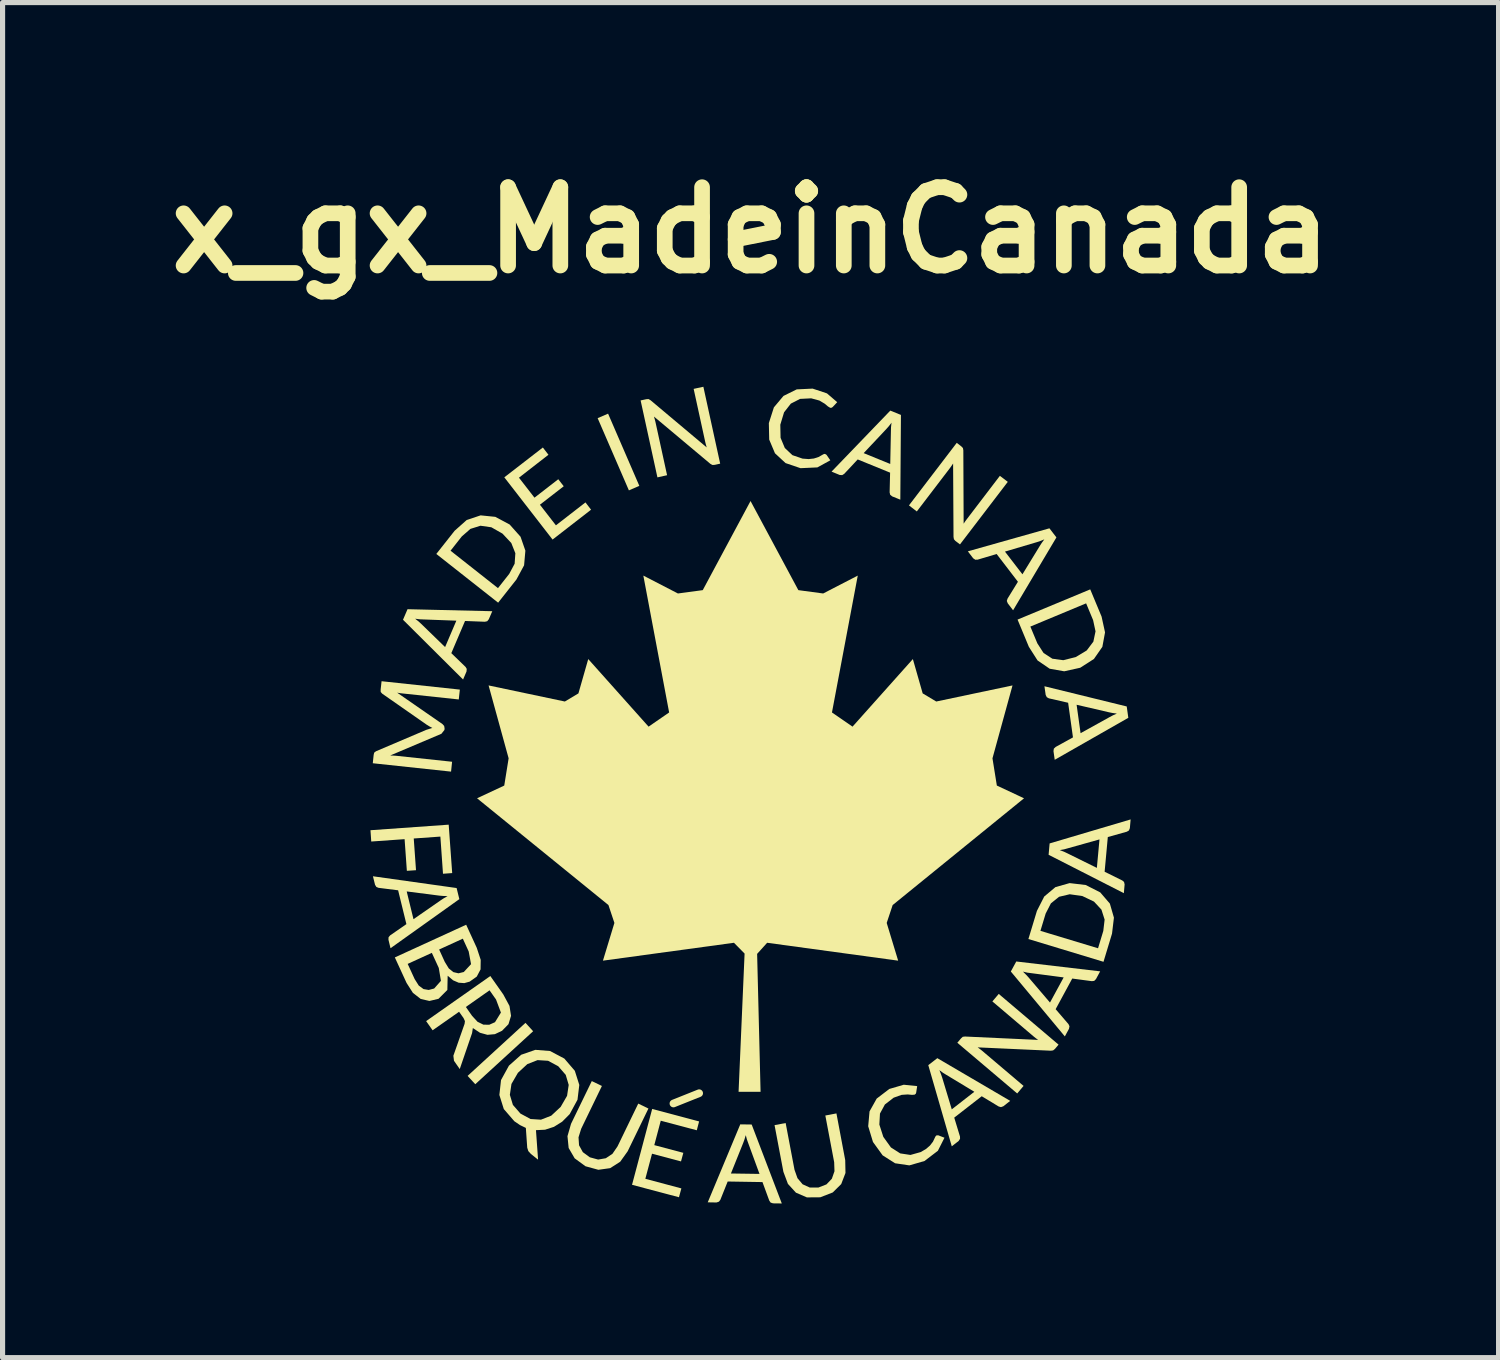
<source format=kicad_pcb>
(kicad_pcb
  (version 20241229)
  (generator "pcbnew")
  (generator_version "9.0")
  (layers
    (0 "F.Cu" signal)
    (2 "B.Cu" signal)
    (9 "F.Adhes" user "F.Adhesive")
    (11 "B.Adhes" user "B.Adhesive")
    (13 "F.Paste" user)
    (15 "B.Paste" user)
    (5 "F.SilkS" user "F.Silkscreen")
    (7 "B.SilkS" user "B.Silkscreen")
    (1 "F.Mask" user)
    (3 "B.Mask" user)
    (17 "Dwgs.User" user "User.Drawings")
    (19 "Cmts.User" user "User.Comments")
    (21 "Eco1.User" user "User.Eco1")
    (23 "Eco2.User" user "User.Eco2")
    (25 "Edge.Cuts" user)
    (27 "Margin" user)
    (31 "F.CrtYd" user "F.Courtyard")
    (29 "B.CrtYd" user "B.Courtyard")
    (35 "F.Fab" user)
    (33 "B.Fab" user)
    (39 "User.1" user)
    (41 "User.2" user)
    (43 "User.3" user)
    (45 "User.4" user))
  (footprint "x_gx_MadeinCanada"
    (layer "F.Cu")
    (at 11.553 12.42)
    (property "Reference" "x_gx_MadeinCanada" (at 0 -10.993 0) (layer "F.SilkS") (effects (font (size 1.524 1.524) (thickness 0.305))))
    (attr smd)
    (fp_line (start -1.5 6) (end -1 5.8) (stroke (width 0.15) (type solid)) (layer "F.SilkS"))
    (fp_poly (pts (xy -5.356 5.625) (xy -5.505 5.463) (xy -4.379 4.431) (xy -4.23 4.594) (xy -5.356 5.625)) (stroke (width 0) (type solid)) (fill yes) (layer "F.SilkS"))
    (fp_poly (pts (xy -2.164 -6.017) (xy -2.367 -5.929) (xy -2.975 -7.334) (xy -2.772 -7.422) (xy -2.164 -6.017)) (stroke (width 0) (type solid)) (fill yes) (layer "F.SilkS"))
    (fp_poly (pts (xy -5.805 1.517) (xy -5.984 1.53) (xy -6.035 0.807) (xy -6.553 0.844) (xy -6.509 1.461) (xy -6.687 1.473) (xy -6.731 0.857) (xy -7.38 0.903) (xy -7.395 0.683) (xy -5.873 0.575) (xy -5.805 1.517)) (stroke (width 0) (type solid)) (fill yes) (layer "F.SilkS"))
    (fp_poly (pts (xy -4.041 -6.763) (xy -3.932 -6.622) (xy -4.506 -6.176) (xy -4.204 -5.787) (xy -3.741 -6.146) (xy -3.635 -6.009) (xy -4.098 -5.65) (xy -3.787 -5.249) (xy -3.212 -5.695) (xy -3.103 -5.553) (xy -3.852 -4.972) (xy -4.791 -6.183) (xy -4.041 -6.763)) (stroke (width 0) (type solid)) (fill yes) (layer "F.SilkS"))
    (fp_poly (pts (xy -2.306 7.582) (xy -1.747 6.335) (xy -1.873 6.81) (xy -1.308 6.96) (xy -1.353 7.127) (xy -1.917 6.977) (xy -2.047 7.465) (xy -1.346 7.652) (xy -1.393 7.824) (xy -2.306 7.582) (xy -1.914 6.106) (xy -1.001 6.349) (xy -1.046 6.521) (xy -1.747 6.335) (xy -2.306 7.582)) (stroke (width 0) (type solid)) (fill yes) (layer "F.SilkS"))
    (fp_poly (pts (xy 4.102 -6.784) (xy 4.132 -6.753) (xy 4.14 -6.708) (xy 4.146 -5.281) (xy 4.178 -5.329) (xy 4.21 -5.372) (xy 4.851 -6.212) (xy 5.005 -6.095) (xy 4.075 -4.878) (xy 3.986 -4.945) (xy 3.957 -4.978) (xy 3.949 -5.024) (xy 3.941 -6.452) (xy 3.91 -6.406) (xy 3.881 -6.365) (xy 3.235 -5.519) (xy 3.082 -5.637) (xy 4.012 -6.854) (xy 4.102 -6.784)) (stroke (width 0) (type solid)) (fill yes) (layer "F.SilkS"))
    (fp_poly (pts (xy -2.028 -7.703) (xy -1.985 -7.706) (xy -1.946 -7.683) (xy -0.853 -6.765) (xy -0.869 -6.82) (xy -0.882 -6.872) (xy -1.107 -7.904) (xy -0.918 -7.945) (xy -0.591 -6.449) (xy -0.7 -6.425) (xy -0.744 -6.424) (xy -0.784 -6.447) (xy -1.879 -7.365) (xy -1.864 -7.312) (xy -1.851 -7.263) (xy -1.624 -6.224) (xy -1.812 -6.182) (xy -2.139 -7.679) (xy -2.028 -7.703) (xy -2.028 -7.703)) (stroke (width 0) (type solid)) (fill yes) (layer "F.SilkS"))
    (fp_poly (pts (xy 4.097 4.731) (xy 4.129 4.702) (xy 4.174 4.697) (xy 5.596 4.763) (xy 5.549 4.729) (xy 5.508 4.696) (xy 4.705 4.014) (xy 4.829 3.868) (xy 5.993 4.855) (xy 5.922 4.939) (xy 5.887 4.967) (xy 5.842 4.973) (xy 4.419 4.908) (xy 4.464 4.941) (xy 4.503 4.972) (xy 5.312 5.658) (xy 5.188 5.805) (xy 4.023 4.818) (xy 4.097 4.731) (xy 4.097 4.731)) (stroke (width 0) (type solid)) (fill yes) (layer "F.SilkS"))
    (fp_poly (pts (xy 5.918 -0.687) (xy 6.421 -1.205) (xy 6.986 -1.518) (xy 7.048 -1.551) (xy 7.127 -1.586) (xy 7.042 -1.598) (xy 6.972 -1.612) (xy 6.344 -1.758) (xy 6.421 -1.205) (xy 5.918 -0.687) (xy 5.894 -0.856) (xy 5.901 -0.904) (xy 5.936 -0.937) (xy 6.273 -1.123) (xy 6.179 -1.797) (xy 5.804 -1.883) (xy 5.764 -1.905) (xy 5.742 -1.949) (xy 5.718 -2.118) (xy 7.319 -1.725) (xy 7.35 -1.504) (xy 5.918 -0.687)) (stroke (width 0) (type solid)) (fill yes) (layer "F.SilkS"))
    (fp_poly (pts (xy 6.802 3.429) (xy 6.092 3.547) (xy 5.453 3.463) (xy 5.384 3.454) (xy 5.3 3.434) (xy 5.361 3.495) (xy 5.409 3.547) (xy 5.826 4.036) (xy 6.092 3.547) (xy 6.802 3.429) (xy 6.721 3.579) (xy 6.687 3.614) (xy 6.64 3.62) (xy 6.259 3.569) (xy 5.936 4.165) (xy 6.186 4.456) (xy 6.205 4.497) (xy 6.196 4.546) (xy 6.115 4.695) (xy 5.064 3.432) (xy 5.17 3.237) (xy 6.802 3.429)) (stroke (width 0) (type solid)) (fill yes) (layer "F.SilkS"))
    (fp_poly (pts (xy 7.395 0.473) (xy 6.789 0.862) (xy 6.169 1.036) (xy 6.101 1.055) (xy 6.016 1.07) (xy 6.097 1.101) (xy 6.161 1.131) (xy 6.738 1.416) (xy 6.789 0.862) (xy 7.395 0.473) (xy 7.38 0.643) (xy 7.362 0.688) (xy 7.321 0.712) (xy 6.951 0.816) (xy 6.889 1.491) (xy 7.233 1.661) (xy 7.267 1.69) (xy 7.278 1.738) (xy 7.263 1.908) (xy 5.799 1.161) (xy 5.819 0.94) (xy 7.395 0.473)) (stroke (width 0) (type solid)) (fill yes) (layer "F.SilkS"))
    (fp_poly (pts (xy -7.005 2.979) (xy -6.558 2.414) (xy -6.029 2.047) (xy -5.97 2.008) (xy -5.895 1.965) (xy -5.982 1.962) (xy -6.052 1.956) (xy -6.69 1.874) (xy -6.558 2.414) (xy -7.005 2.979) (xy -7.045 2.814) (xy -7.043 2.765) (xy -7.012 2.729) (xy -6.696 2.51) (xy -6.857 1.852) (xy -7.238 1.804) (xy -7.28 1.787) (xy -7.306 1.745) (xy -7.347 1.579) (xy -5.719 1.808) (xy -5.666 2.024) (xy -7.005 2.979) (xy -7.005 2.979)) (stroke (width 0) (type solid)) (fill yes) (layer "F.SilkS"))
    (fp_poly (pts (xy -3.127 7.047) (xy -2.965 7.091) (xy -2.816 7.065) (xy -2.687 6.979) (xy -2.588 6.834) (xy -2.185 6.002) (xy -1.987 6.098) (xy -2.391 6.93) (xy -2.536 7.133) (xy -2.731 7.258) (xy -2.961 7.29) (xy -3.212 7.221) (xy -3.422 7.067) (xy -3.539 6.866) (xy -3.562 6.636) (xy -3.493 6.396) (xy -3.089 5.564) (xy -2.892 5.659) (xy -3.295 6.491) (xy -3.347 6.658) (xy -3.337 6.813) (xy -3.263 6.947) (xy -3.127 7.047)) (stroke (width 0) (type solid)) (fill yes) (layer "F.SilkS"))
    (fp_poly (pts (xy 0.608 7.945) (xy 0.438 7.943) (xy 0.174 7.37) (xy -0.047 6.766) (xy -0.071 6.699) (xy -0.093 6.616) (xy -0.118 6.699) (xy -0.142 6.765) (xy -0.382 7.362) (xy 0.174 7.37) (xy 0.438 7.943) (xy 0.391 7.928) (xy 0.364 7.889) (xy 0.232 7.529) (xy -0.445 7.518) (xy -0.588 7.875) (xy -0.615 7.91) (xy -0.662 7.926) (xy -0.833 7.923) (xy -0.2 6.406) (xy 0.022 6.409) (xy 0.608 7.945) (xy 0.608 7.945)) (stroke (width 0) (type solid)) (fill yes) (layer "F.SilkS"))
    (fp_poly (pts (xy 5.052 5.949) (xy 4.354 5.772) (xy 3.803 5.439) (xy 3.743 5.402) (xy 3.674 5.351) (xy 3.706 5.431) (xy 3.729 5.498) (xy 3.915 6.114) (xy 4.354 5.772) (xy 5.052 5.949) (xy 4.918 6.054) (xy 4.872 6.071) (xy 4.827 6.058) (xy 4.498 5.859) (xy 3.963 6.275) (xy 4.075 6.643) (xy 4.076 6.687) (xy 4.049 6.729) (xy 3.915 6.833) (xy 3.458 5.254) (xy 3.634 5.118) (xy 5.052 5.949) (xy 5.052 5.949)) (stroke (width 0) (type solid)) (fill yes) (layer "F.SilkS"))
    (fp_poly (pts (xy 5.108 -3.596) (xy 5.29 -4.296) (xy 5.627 -4.847) (xy 5.665 -4.906) (xy 5.716 -4.976) (xy 5.636 -4.944) (xy 5.568 -4.921) (xy 4.95 -4.738) (xy 5.29 -4.296) (xy 5.108 -3.596) (xy 5.004 -3.732) (xy 4.986 -3.778) (xy 5 -3.823) (xy 5.202 -4.151) (xy 4.788 -4.691) (xy 4.418 -4.581) (xy 4.373 -4.58) (xy 4.332 -4.607) (xy 4.228 -4.743) (xy 5.815 -5.191) (xy 5.951 -5.014) (xy 5.108 -3.596) (xy 5.108 -3.596)) (stroke (width 0) (type solid)) (fill yes) (layer "F.SilkS"))
    (fp_poly (pts (xy -5.025 -3.578) (xy -5.724 -3.394) (xy -6.37 -3.418) (xy -6.44 -3.421) (xy -6.526 -3.432) (xy -6.458 -3.378) (xy -6.406 -3.33) (xy -5.943 -2.88) (xy -5.943 -2.88) (xy -5.724 -3.394) (xy -5.025 -3.578) (xy -5.093 -3.421) (xy -5.124 -3.383) (xy -5.17 -3.373) (xy -5.555 -3.388) (xy -5.822 -2.762) (xy -5.545 -2.494) (xy -5.522 -2.456) (xy -5.526 -2.406) (xy -5.593 -2.249) (xy -6.762 -3.412) (xy -6.674 -3.617) (xy -5.025 -3.578) (xy -5.025 -3.578)) (stroke (width 0) (type solid)) (fill yes) (layer "F.SilkS"))
    (fp_poly (pts (xy 1.321 7.635) (xy 1.477 7.574) (xy 1.582 7.464) (xy 1.633 7.318) (xy 1.627 7.142) (xy 1.455 6.234) (xy 1.671 6.193) (xy 1.842 7.102) (xy 1.847 7.352) (xy 1.764 7.568) (xy 1.599 7.731) (xy 1.357 7.825) (xy 1.096 7.827) (xy 0.883 7.735) (xy 0.727 7.564) (xy 0.639 7.329) (xy 0.467 6.421) (xy 0.683 6.38) (xy 0.855 7.289) (xy 0.913 7.453) (xy 1.013 7.572) (xy 1.152 7.635) (xy 1.321 7.635) (xy 1.321 7.635)) (stroke (width 0) (type solid)) (fill yes) (layer "F.SilkS"))
    (fp_poly (pts (xy 2.914 -5.748) (xy 2.718 -6.443) (xy 2.731 -7.089) (xy 2.733 -7.16) (xy 2.743 -7.246) (xy 2.69 -7.177) (xy 2.643 -7.124) (xy 2.201 -6.654) (xy 2.201 -6.654) (xy 2.718 -6.443) (xy 2.914 -5.748) (xy 2.756 -5.812) (xy 2.717 -5.843) (xy 2.706 -5.889) (xy 2.715 -6.274) (xy 2.085 -6.531) (xy 1.822 -6.25) (xy 1.783 -6.226) (xy 1.734 -6.229) (xy 1.576 -6.294) (xy 2.719 -7.481) (xy 2.926 -7.397) (xy 2.914 -5.748) (xy 2.914 -5.748)) (stroke (width 0) (type solid)) (fill yes) (layer "F.SilkS"))
    (fp_poly (pts (xy -4.687 -5.265) (xy -4.827 -5.088) (xy -5.043 -5.211) (xy -5.255 -5.241) (xy -5.45 -5.18) (xy -5.618 -5.033) (xy -5.837 -4.755) (xy -4.914 -4.027) (xy -4.695 -4.305) (xy -4.59 -4.502) (xy -4.576 -4.706) (xy -4.655 -4.905) (xy -4.827 -5.088) (xy -4.687 -5.265) (xy -4.475 -5.027) (xy -4.381 -4.756) (xy -4.406 -4.471) (xy -4.555 -4.195) (xy -4.911 -3.744) (xy -6.114 -4.692) (xy -5.758 -5.143) (xy -5.523 -5.352) (xy -5.252 -5.443) (xy -4.966 -5.414) (xy -4.687 -5.265)) (stroke (width 0) (type solid)) (fill yes) (layer "F.SilkS"))
    (fp_poly (pts (xy 6.414 -2.478) (xy 6.328 -2.686) (xy 6.541 -2.815) (xy 6.67 -2.986) (xy 6.712 -3.186) (xy 6.665 -3.404) (xy 6.529 -3.731) (xy 5.444 -3.279) (xy 5.58 -2.953) (xy 5.701 -2.765) (xy 5.872 -2.654) (xy 6.084 -2.625) (xy 6.328 -2.686) (xy 6.414 -2.478) (xy 6.103 -2.409) (xy 5.82 -2.459) (xy 5.584 -2.62) (xy 5.415 -2.885) (xy 5.195 -3.415) (xy 6.609 -4.003) (xy 6.83 -3.473) (xy 6.897 -3.166) (xy 6.845 -2.885) (xy 6.681 -2.649) (xy 6.414 -2.478)) (stroke (width 0) (type solid)) (fill yes) (layer "F.SilkS"))
    (fp_poly (pts (xy 6.521 1.749) (xy 6.456 1.964) (xy 6.21 1.929) (xy 6.003 1.978) (xy 5.844 2.106) (xy 5.742 2.304) (xy 5.64 2.641) (xy 6.761 2.98) (xy 6.863 2.643) (xy 6.889 2.422) (xy 6.827 2.228) (xy 6.682 2.072) (xy 6.456 1.964) (xy 6.521 1.749) (xy 6.804 1.893) (xy 6.991 2.111) (xy 7.07 2.384) (xy 7.033 2.695) (xy 6.867 3.243) (xy 5.406 2.8) (xy 5.572 2.252) (xy 5.714 1.973) (xy 5.932 1.79) (xy 6.208 1.712) (xy 6.521 1.749)) (stroke (width 0) (type solid)) (fill yes) (layer "F.SilkS"))
    (fp_poly (pts (xy -6.311 -1.269) (xy -6.191 -1.307) (xy -6.248 -1.337) (xy -6.303 -1.371) (xy -7.167 -1.974) (xy -7.196 -2.007) (xy -7.197 -2.053) (xy -7.179 -2.216) (xy -5.656 -2.053) (xy -5.677 -1.861) (xy -6.772 -1.978) (xy -6.822 -1.984) (xy -6.876 -1.993) (xy -5.994 -1.382) (xy -5.961 -1.345) (xy -5.953 -1.298) (xy -5.956 -1.267) (xy -6.015 -1.193) (xy -7.011 -0.771) (xy -6.954 -0.769) (xy -6.902 -0.766) (xy -5.807 -0.649) (xy -5.827 -0.457) (xy -7.35 -0.62) (xy -7.333 -0.782) (xy -7.323 -0.826) (xy -7.288 -0.853) (xy -6.311 -1.269) (xy -6.311 -1.269)) (stroke (width 0) (type solid)) (fill yes) (layer "F.SilkS"))
    (fp_poly (pts (xy -5.671 4.215) (xy -5.539 4.122) (xy -5.418 4.295) (xy -5.312 4.41) (xy -5.198 4.466) (xy -5.084 4.468) (xy -4.972 4.418) (xy -4.857 4.231) (xy -4.952 3.977) (xy -5.078 3.798) (xy -5.539 4.122) (xy -5.539 4.122) (xy -5.671 4.215) (xy -6.186 4.576) (xy -6.312 4.397) (xy -5.063 3.52) (xy -4.811 3.878) (xy -4.69 4.102) (xy -4.66 4.295) (xy -4.71 4.457) (xy -4.835 4.585) (xy -4.974 4.651) (xy -5.119 4.664) (xy -5.264 4.624) (xy -5.403 4.532) (xy -5.418 4.63) (xy -5.658 5.33) (xy -5.77 5.169) (xy -5.782 5.071) (xy -5.564 4.45) (xy -5.557 4.397) (xy -5.584 4.338) (xy -5.671 4.215)) (stroke (width 0) (type solid)) (fill yes) (layer "F.SilkS"))
    (fp_poly (pts (xy 1.448 -6.639) (xy 1.478 -6.621) (xy 1.552 -6.514) (xy 1.301 -6.376) (xy 0.972 -6.361) (xy 0.681 -6.46) (xy 0.475 -6.651) (xy 0.363 -6.917) (xy 0.356 -7.238) (xy 0.454 -7.544) (xy 0.641 -7.767) (xy 0.898 -7.894) (xy 1.208 -7.909) (xy 1.487 -7.816) (xy 1.686 -7.645) (xy 1.6 -7.553) (xy 1.58 -7.538) (xy 1.551 -7.535) (xy 1.506 -7.562) (xy 1.442 -7.616) (xy 1.339 -7.677) (xy 1.18 -7.72) (xy 0.964 -7.709) (xy 0.784 -7.617) (xy 0.652 -7.448) (xy 0.579 -7.207) (xy 0.584 -6.952) (xy 0.667 -6.753) (xy 0.815 -6.614) (xy 1.011 -6.547) (xy 1.131 -6.538) (xy 1.232 -6.549) (xy 1.322 -6.578) (xy 1.409 -6.627) (xy 1.428 -6.636) (xy 1.448 -6.639) (xy 1.448 -6.639)) (stroke (width 0) (type solid)) (fill yes) (layer "F.SilkS"))
    (fp_poly (pts (xy 3.617 6.621) (xy 3.652 6.619) (xy 3.773 6.666) (xy 3.645 6.92) (xy 3.384 7.119) (xy 3.09 7.204) (xy 2.812 7.163) (xy 2.57 7.009) (xy 2.382 6.749) (xy 2.289 6.443) (xy 2.315 6.154) (xy 2.454 5.905) (xy 2.7 5.717) (xy 2.981 5.635) (xy 3.242 5.662) (xy 3.223 5.786) (xy 3.215 5.81) (xy 3.193 5.828) (xy 3.141 5.832) (xy 3.058 5.824) (xy 2.939 5.832) (xy 2.785 5.887) (xy 2.614 6.019) (xy 2.518 6.196) (xy 2.506 6.41) (xy 2.583 6.649) (xy 2.731 6.855) (xy 2.912 6.971) (xy 3.111 7.001) (xy 3.311 6.945) (xy 3.415 6.884) (xy 3.491 6.818) (xy 3.549 6.743) (xy 3.592 6.653) (xy 3.602 6.635) (xy 3.617 6.621) (xy 3.617 6.621)) (stroke (width 0) (type solid)) (fill yes) (layer "F.SilkS"))
    (fp_poly (pts (xy -0.000208 -5.722) (xy -0.93 -3.988) (xy -1.413 -3.923) (xy -2.086 -4.271) (xy -1.584 -1.608) (xy -1.984 -1.332) (xy -3.158 -2.647) (xy -3.349 -1.979) (xy -3.613 -1.821) (xy -5.097 -2.134) (xy -4.707 -0.716) (xy -4.792 -0.186) (xy -5.321 0.062) (xy -2.765 2.139) (xy -2.649 2.487) (xy -2.872 3.221) (xy -0.323 2.873) (xy -0.116 3.083) (xy -0.233 5.773) (xy 0.195 5.773) (xy 0.128 3.089) (xy 0.323 2.873) (xy 2.872 3.221) (xy 2.649 2.487) (xy 2.765 2.139) (xy 5.321 0.062) (xy 4.792 -0.186) (xy 4.707 -0.716) (xy 5.097 -2.134) (xy 3.613 -1.821) (xy 3.349 -1.979) (xy 3.158 -2.647) (xy 1.984 -1.332) (xy 1.584 -1.608) (xy 2.086 -4.271) (xy 1.413 -3.923) (xy 0.93 -3.988) (xy -0.000208 -5.722)) (stroke (width 0) (type solid)) (fill yes) (layer "F.SilkS"))
    (fp_poly (pts (xy -6.921 3.158) (xy -6.201 3.069) (xy -6.671 3.284) (xy -6.536 3.578) (xy -6.456 3.705) (xy -6.363 3.774) (xy -6.262 3.791) (xy -6.156 3.763) (xy -6.024 3.614) (xy -6.066 3.363) (xy -6.201 3.069) (xy -6.921 3.158) (xy -6.059 3.004) (xy -5.949 3.245) (xy -5.871 3.372) (xy -5.782 3.444) (xy -5.683 3.467) (xy -5.58 3.442) (xy -5.438 3.289) (xy -5.484 3.042) (xy -5.598 2.793) (xy -6.059 3.004) (xy -6.921 3.158) (xy -5.533 2.522) (xy -5.327 2.971) (xy -5.25 3.205) (xy -5.253 3.391) (xy -5.327 3.531) (xy -5.465 3.629) (xy -5.57 3.658) (xy -5.679 3.65) (xy -5.788 3.603) (xy -5.893 3.514) (xy -5.899 3.791) (xy -6.071 3.963) (xy -6.248 4.005) (xy -6.417 3.966) (xy -6.569 3.848) (xy -6.693 3.654) (xy -6.921 3.158) (xy -6.921 3.158)) (stroke (width 0) (type solid)) (fill yes) (layer "F.SilkS"))
    (fp_poly (pts (xy -3.519 6.207) (xy -3.695 6.067) (xy -3.57 5.851) (xy -3.538 5.639) (xy -3.596 5.443) (xy -3.742 5.275) (xy -3.939 5.169) (xy -4.144 5.156) (xy -4.343 5.234) (xy -4.526 5.403) (xy -4.652 5.62) (xy -4.683 5.832) (xy -4.624 6.027) (xy -4.477 6.196) (xy -4.281 6.302) (xy -4.078 6.315) (xy -3.878 6.237) (xy -3.695 6.067) (xy -3.519 6.207) (xy -3.664 6.353) (xy -3.825 6.454) (xy -3.998 6.51) (xy -4.175 6.519) (xy -4.134 7.093) (xy -4.275 6.98) (xy -4.324 6.926) (xy -4.345 6.86) (xy -4.372 6.475) (xy -4.486 6.42) (xy -4.596 6.345) (xy -4.801 6.108) (xy -4.887 5.834) (xy -4.855 5.544) (xy -4.701 5.264) (xy -4.463 5.052) (xy -4.187 4.956) (xy -3.901 4.979) (xy -3.623 5.126) (xy -3.419 5.364) (xy -3.332 5.639) (xy -3.367 5.927) (xy -3.519 6.207)) (stroke (width 0) (type solid)) (fill yes) (layer "F.SilkS")))
  (gr_rect
    (start -3 -3)
    (end 26.107 23.365)
    (stroke (width 0.1) (type default))
    (fill no)
    (layer "Edge.Cuts")))
</source>
